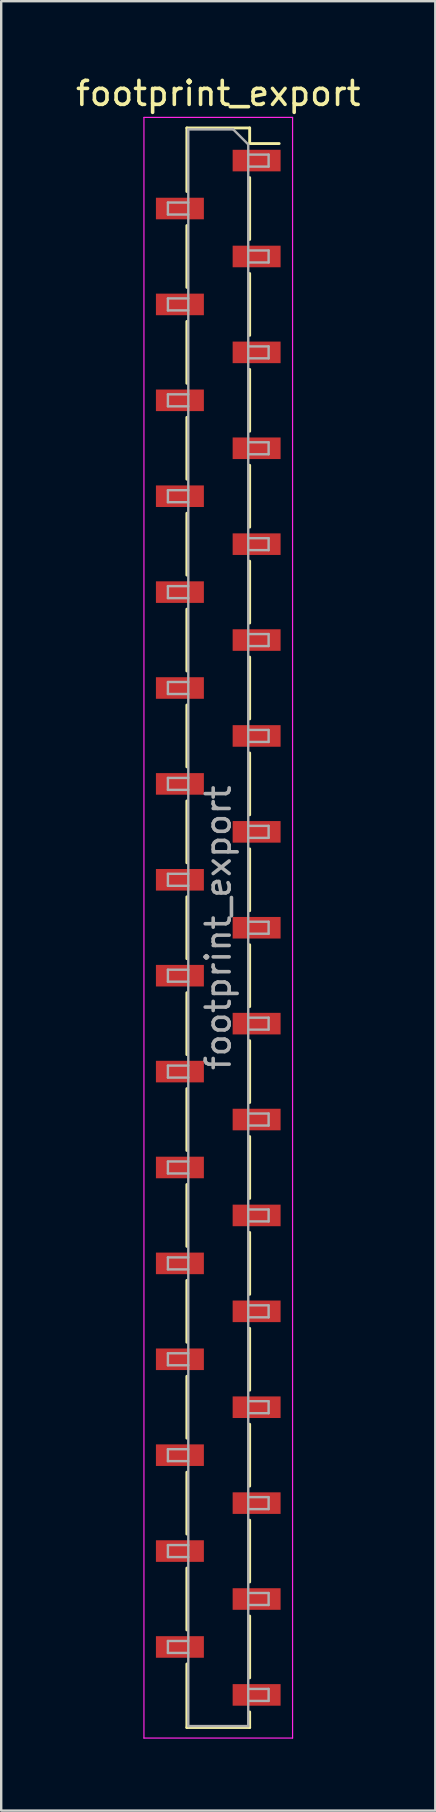
<source format=kicad_pcb>
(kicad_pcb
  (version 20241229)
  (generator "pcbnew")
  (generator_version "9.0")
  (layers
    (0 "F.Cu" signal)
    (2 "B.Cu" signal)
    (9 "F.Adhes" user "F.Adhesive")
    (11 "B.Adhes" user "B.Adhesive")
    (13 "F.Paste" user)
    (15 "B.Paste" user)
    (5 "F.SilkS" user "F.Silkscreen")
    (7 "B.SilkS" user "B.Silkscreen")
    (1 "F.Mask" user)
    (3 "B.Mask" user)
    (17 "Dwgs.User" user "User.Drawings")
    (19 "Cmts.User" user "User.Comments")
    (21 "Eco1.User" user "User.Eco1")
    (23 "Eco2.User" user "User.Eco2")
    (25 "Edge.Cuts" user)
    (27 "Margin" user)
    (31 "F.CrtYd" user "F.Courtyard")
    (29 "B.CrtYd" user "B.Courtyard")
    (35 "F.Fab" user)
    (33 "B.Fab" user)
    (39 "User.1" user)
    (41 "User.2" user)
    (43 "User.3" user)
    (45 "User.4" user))
  (footprint "footprint_export"
    (layer "F.Cu")
    (at 6.054 35.648)
    (property "Reference" "footprint_export" (at 0 -34.8 0) (layer "F.SilkS") (effects (font (size 1 1) (thickness 0.15))))
    (attr smd)
    (fp_line (start -1.31 -33.36) (end -1.31 -30.71) (stroke (width 0.12) (type solid)) (layer "F.SilkS"))
    (fp_line (start -1.31 -33.36) (end 1.31 -33.36) (stroke (width 0.12) (type solid)) (layer "F.SilkS"))
    (fp_line (start -1.31 -29.29) (end -1.31 -26.71) (stroke (width 0.12) (type solid)) (layer "F.SilkS"))
    (fp_line (start -1.31 -25.29) (end -1.31 -22.71) (stroke (width 0.12) (type solid)) (layer "F.SilkS"))
    (fp_line (start -1.31 -21.29) (end -1.31 -18.71) (stroke (width 0.12) (type solid)) (layer "F.SilkS"))
    (fp_line (start -1.31 -17.29) (end -1.31 -14.71) (stroke (width 0.12) (type solid)) (layer "F.SilkS"))
    (fp_line (start -1.31 -13.29) (end -1.31 -10.71) (stroke (width 0.12) (type solid)) (layer "F.SilkS"))
    (fp_line (start -1.31 -9.29) (end -1.31 -6.71) (stroke (width 0.12) (type solid)) (layer "F.SilkS"))
    (fp_line (start -1.31 -5.29) (end -1.31 -2.71) (stroke (width 0.12) (type solid)) (layer "F.SilkS"))
    (fp_line (start -1.31 -1.29) (end -1.31 1.29) (stroke (width 0.12) (type solid)) (layer "F.SilkS"))
    (fp_line (start -1.31 2.71) (end -1.31 5.29) (stroke (width 0.12) (type solid)) (layer "F.SilkS"))
    (fp_line (start -1.31 6.71) (end -1.31 9.29) (stroke (width 0.12) (type solid)) (layer "F.SilkS"))
    (fp_line (start -1.31 10.71) (end -1.31 13.29) (stroke (width 0.12) (type solid)) (layer "F.SilkS"))
    (fp_line (start -1.31 14.71) (end -1.31 17.29) (stroke (width 0.12) (type solid)) (layer "F.SilkS"))
    (fp_line (start -1.31 18.71) (end -1.31 21.29) (stroke (width 0.12) (type solid)) (layer "F.SilkS"))
    (fp_line (start -1.31 22.71) (end -1.31 25.29) (stroke (width 0.12) (type solid)) (layer "F.SilkS"))
    (fp_line (start -1.31 26.71) (end -1.31 29.29) (stroke (width 0.12) (type solid)) (layer "F.SilkS"))
    (fp_line (start -1.31 30.71) (end -1.31 33.36) (stroke (width 0.12) (type solid)) (layer "F.SilkS"))
    (fp_line (start -1.31 33.36) (end 1.31 33.36) (stroke (width 0.12) (type solid)) (layer "F.SilkS"))
    (fp_line (start 1.31 -33.36) (end 1.31 -32.71) (stroke (width 0.12) (type solid)) (layer "F.SilkS"))
    (fp_line (start 1.31 -32.71) (end 2.54 -32.71) (stroke (width 0.12) (type solid)) (layer "F.SilkS"))
    (fp_line (start 1.31 -31.29) (end 1.31 -28.71) (stroke (width 0.12) (type solid)) (layer "F.SilkS"))
    (fp_line (start 1.31 -27.29) (end 1.31 -24.71) (stroke (width 0.12) (type solid)) (layer "F.SilkS"))
    (fp_line (start 1.31 -23.29) (end 1.31 -20.71) (stroke (width 0.12) (type solid)) (layer "F.SilkS"))
    (fp_line (start 1.31 -19.29) (end 1.31 -16.71) (stroke (width 0.12) (type solid)) (layer "F.SilkS"))
    (fp_line (start 1.31 -15.29) (end 1.31 -12.71) (stroke (width 0.12) (type solid)) (layer "F.SilkS"))
    (fp_line (start 1.31 -11.29) (end 1.31 -8.71) (stroke (width 0.12) (type solid)) (layer "F.SilkS"))
    (fp_line (start 1.31 -7.29) (end 1.31 -4.71) (stroke (width 0.12) (type solid)) (layer "F.SilkS"))
    (fp_line (start 1.31 -3.29) (end 1.31 -0.71) (stroke (width 0.12) (type solid)) (layer "F.SilkS"))
    (fp_line (start 1.31 0.71) (end 1.31 3.29) (stroke (width 0.12) (type solid)) (layer "F.SilkS"))
    (fp_line (start 1.31 4.71) (end 1.31 7.29) (stroke (width 0.12) (type solid)) (layer "F.SilkS"))
    (fp_line (start 1.31 8.71) (end 1.31 11.29) (stroke (width 0.12) (type solid)) (layer "F.SilkS"))
    (fp_line (start 1.31 12.71) (end 1.31 15.29) (stroke (width 0.12) (type solid)) (layer "F.SilkS"))
    (fp_line (start 1.31 16.71) (end 1.31 19.29) (stroke (width 0.12) (type solid)) (layer "F.SilkS"))
    (fp_line (start 1.31 20.71) (end 1.31 23.29) (stroke (width 0.12) (type solid)) (layer "F.SilkS"))
    (fp_line (start 1.31 24.71) (end 1.31 27.29) (stroke (width 0.12) (type solid)) (layer "F.SilkS"))
    (fp_line (start 1.31 28.71) (end 1.31 31.29) (stroke (width 0.12) (type solid)) (layer "F.SilkS"))
    (fp_line (start 1.31 32.71) (end 1.31 33.36) (stroke (width 0.12) (type solid)) (layer "F.SilkS"))
    (fp_line (start -3.1 -33.8) (end 3.1 -33.8) (stroke (width 0.05) (type solid)) (layer "F.CrtYd"))
    (fp_line (start -3.1 33.8) (end -3.1 -33.8) (stroke (width 0.05) (type solid)) (layer "F.CrtYd"))
    (fp_line (start 3.1 -33.8) (end 3.1 33.8) (stroke (width 0.05) (type solid)) (layer "F.CrtYd"))
    (fp_line (start 3.1 33.8) (end -3.1 33.8) (stroke (width 0.05) (type solid)) (layer "F.CrtYd"))
    (fp_line (start -2.1 -30.25) (end -1.25 -30.25) (stroke (width 0.1) (type solid)) (layer "F.Fab"))
    (fp_line (start -2.1 -29.75) (end -2.1 -30.25) (stroke (width 0.1) (type solid)) (layer "F.Fab"))
    (fp_line (start -2.1 -26.25) (end -1.25 -26.25) (stroke (width 0.1) (type solid)) (layer "F.Fab"))
    (fp_line (start -2.1 -25.75) (end -2.1 -26.25) (stroke (width 0.1) (type solid)) (layer "F.Fab"))
    (fp_line (start -2.1 -22.25) (end -1.25 -22.25) (stroke (width 0.1) (type solid)) (layer "F.Fab"))
    (fp_line (start -2.1 -21.75) (end -2.1 -22.25) (stroke (width 0.1) (type solid)) (layer "F.Fab"))
    (fp_line (start -2.1 -18.25) (end -1.25 -18.25) (stroke (width 0.1) (type solid)) (layer "F.Fab"))
    (fp_line (start -2.1 -17.75) (end -2.1 -18.25) (stroke (width 0.1) (type solid)) (layer "F.Fab"))
    (fp_line (start -2.1 -14.25) (end -1.25 -14.25) (stroke (width 0.1) (type solid)) (layer "F.Fab"))
    (fp_line (start -2.1 -13.75) (end -2.1 -14.25) (stroke (width 0.1) (type solid)) (layer "F.Fab"))
    (fp_line (start -2.1 -10.25) (end -1.25 -10.25) (stroke (width 0.1) (type solid)) (layer "F.Fab"))
    (fp_line (start -2.1 -9.75) (end -2.1 -10.25) (stroke (width 0.1) (type solid)) (layer "F.Fab"))
    (fp_line (start -2.1 -6.25) (end -1.25 -6.25) (stroke (width 0.1) (type solid)) (layer "F.Fab"))
    (fp_line (start -2.1 -5.75) (end -2.1 -6.25) (stroke (width 0.1) (type solid)) (layer "F.Fab"))
    (fp_line (start -2.1 -2.25) (end -1.25 -2.25) (stroke (width 0.1) (type solid)) (layer "F.Fab"))
    (fp_line (start -2.1 -1.75) (end -2.1 -2.25) (stroke (width 0.1) (type solid)) (layer "F.Fab"))
    (fp_line (start -2.1 1.75) (end -1.25 1.75) (stroke (width 0.1) (type solid)) (layer "F.Fab"))
    (fp_line (start -2.1 2.25) (end -2.1 1.75) (stroke (width 0.1) (type solid)) (layer "F.Fab"))
    (fp_line (start -2.1 5.75) (end -1.25 5.75) (stroke (width 0.1) (type solid)) (layer "F.Fab"))
    (fp_line (start -2.1 6.25) (end -2.1 5.75) (stroke (width 0.1) (type solid)) (layer "F.Fab"))
    (fp_line (start -2.1 9.75) (end -1.25 9.75) (stroke (width 0.1) (type solid)) (layer "F.Fab"))
    (fp_line (start -2.1 10.25) (end -2.1 9.75) (stroke (width 0.1) (type solid)) (layer "F.Fab"))
    (fp_line (start -2.1 13.75) (end -1.25 13.75) (stroke (width 0.1) (type solid)) (layer "F.Fab"))
    (fp_line (start -2.1 14.25) (end -2.1 13.75) (stroke (width 0.1) (type solid)) (layer "F.Fab"))
    (fp_line (start -2.1 17.75) (end -1.25 17.75) (stroke (width 0.1) (type solid)) (layer "F.Fab"))
    (fp_line (start -2.1 18.25) (end -2.1 17.75) (stroke (width 0.1) (type solid)) (layer "F.Fab"))
    (fp_line (start -2.1 21.75) (end -1.25 21.75) (stroke (width 0.1) (type solid)) (layer "F.Fab"))
    (fp_line (start -2.1 22.25) (end -2.1 21.75) (stroke (width 0.1) (type solid)) (layer "F.Fab"))
    (fp_line (start -2.1 25.75) (end -1.25 25.75) (stroke (width 0.1) (type solid)) (layer "F.Fab"))
    (fp_line (start -2.1 26.25) (end -2.1 25.75) (stroke (width 0.1) (type solid)) (layer "F.Fab"))
    (fp_line (start -2.1 29.75) (end -1.25 29.75) (stroke (width 0.1) (type solid)) (layer "F.Fab"))
    (fp_line (start -2.1 30.25) (end -2.1 29.75) (stroke (width 0.1) (type solid)) (layer "F.Fab"))
    (fp_line (start -1.25 -33.3) (end 0.625 -33.3) (stroke (width 0.1) (type solid)) (layer "F.Fab"))
    (fp_line (start -1.25 -29.75) (end -2.1 -29.75) (stroke (width 0.1) (type solid)) (layer "F.Fab"))
    (fp_line (start -1.25 -25.75) (end -2.1 -25.75) (stroke (width 0.1) (type solid)) (layer "F.Fab"))
    (fp_line (start -1.25 -21.75) (end -2.1 -21.75) (stroke (width 0.1) (type solid)) (layer "F.Fab"))
    (fp_line (start -1.25 -17.75) (end -2.1 -17.75) (stroke (width 0.1) (type solid)) (layer "F.Fab"))
    (fp_line (start -1.25 -13.75) (end -2.1 -13.75) (stroke (width 0.1) (type solid)) (layer "F.Fab"))
    (fp_line (start -1.25 -9.75) (end -2.1 -9.75) (stroke (width 0.1) (type solid)) (layer "F.Fab"))
    (fp_line (start -1.25 -5.75) (end -2.1 -5.75) (stroke (width 0.1) (type solid)) (layer "F.Fab"))
    (fp_line (start -1.25 -1.75) (end -2.1 -1.75) (stroke (width 0.1) (type solid)) (layer "F.Fab"))
    (fp_line (start -1.25 2.25) (end -2.1 2.25) (stroke (width 0.1) (type solid)) (layer "F.Fab"))
    (fp_line (start -1.25 6.25) (end -2.1 6.25) (stroke (width 0.1) (type solid)) (layer "F.Fab"))
    (fp_line (start -1.25 10.25) (end -2.1 10.25) (stroke (width 0.1) (type solid)) (layer "F.Fab"))
    (fp_line (start -1.25 14.25) (end -2.1 14.25) (stroke (width 0.1) (type solid)) (layer "F.Fab"))
    (fp_line (start -1.25 18.25) (end -2.1 18.25) (stroke (width 0.1) (type solid)) (layer "F.Fab"))
    (fp_line (start -1.25 22.25) (end -2.1 22.25) (stroke (width 0.1) (type solid)) (layer "F.Fab"))
    (fp_line (start -1.25 26.25) (end -2.1 26.25) (stroke (width 0.1) (type solid)) (layer "F.Fab"))
    (fp_line (start -1.25 30.25) (end -2.1 30.25) (stroke (width 0.1) (type solid)) (layer "F.Fab"))
    (fp_line (start -1.25 33.3) (end -1.25 -33.3) (stroke (width 0.1) (type solid)) (layer "F.Fab"))
    (fp_line (start 0.625 -33.3) (end 1.25 -32.675) (stroke (width 0.1) (type solid)) (layer "F.Fab"))
    (fp_line (start 1.25 -32.675) (end 1.25 33.3) (stroke (width 0.1) (type solid)) (layer "F.Fab"))
    (fp_line (start 1.25 -32.25) (end 2.1 -32.25) (stroke (width 0.1) (type solid)) (layer "F.Fab"))
    (fp_line (start 1.25 -28.25) (end 2.1 -28.25) (stroke (width 0.1) (type solid)) (layer "F.Fab"))
    (fp_line (start 1.25 -24.25) (end 2.1 -24.25) (stroke (width 0.1) (type solid)) (layer "F.Fab"))
    (fp_line (start 1.25 -20.25) (end 2.1 -20.25) (stroke (width 0.1) (type solid)) (layer "F.Fab"))
    (fp_line (start 1.25 -16.25) (end 2.1 -16.25) (stroke (width 0.1) (type solid)) (layer "F.Fab"))
    (fp_line (start 1.25 -12.25) (end 2.1 -12.25) (stroke (width 0.1) (type solid)) (layer "F.Fab"))
    (fp_line (start 1.25 -8.25) (end 2.1 -8.25) (stroke (width 0.1) (type solid)) (layer "F.Fab"))
    (fp_line (start 1.25 -4.25) (end 2.1 -4.25) (stroke (width 0.1) (type solid)) (layer "F.Fab"))
    (fp_line (start 1.25 -0.25) (end 2.1 -0.25) (stroke (width 0.1) (type solid)) (layer "F.Fab"))
    (fp_line (start 1.25 3.75) (end 2.1 3.75) (stroke (width 0.1) (type solid)) (layer "F.Fab"))
    (fp_line (start 1.25 7.75) (end 2.1 7.75) (stroke (width 0.1) (type solid)) (layer "F.Fab"))
    (fp_line (start 1.25 11.75) (end 2.1 11.75) (stroke (width 0.1) (type solid)) (layer "F.Fab"))
    (fp_line (start 1.25 15.75) (end 2.1 15.75) (stroke (width 0.1) (type solid)) (layer "F.Fab"))
    (fp_line (start 1.25 19.75) (end 2.1 19.75) (stroke (width 0.1) (type solid)) (layer "F.Fab"))
    (fp_line (start 1.25 23.75) (end 2.1 23.75) (stroke (width 0.1) (type solid)) (layer "F.Fab"))
    (fp_line (start 1.25 27.75) (end 2.1 27.75) (stroke (width 0.1) (type solid)) (layer "F.Fab"))
    (fp_line (start 1.25 31.75) (end 2.1 31.75) (stroke (width 0.1) (type solid)) (layer "F.Fab"))
    (fp_line (start 1.25 33.3) (end -1.25 33.3) (stroke (width 0.1) (type solid)) (layer "F.Fab"))
    (fp_line (start 2.1 -32.25) (end 2.1 -31.75) (stroke (width 0.1) (type solid)) (layer "F.Fab"))
    (fp_line (start 2.1 -31.75) (end 1.25 -31.75) (stroke (width 0.1) (type solid)) (layer "F.Fab"))
    (fp_line (start 2.1 -28.25) (end 2.1 -27.75) (stroke (width 0.1) (type solid)) (layer "F.Fab"))
    (fp_line (start 2.1 -27.75) (end 1.25 -27.75) (stroke (width 0.1) (type solid)) (layer "F.Fab"))
    (fp_line (start 2.1 -24.25) (end 2.1 -23.75) (stroke (width 0.1) (type solid)) (layer "F.Fab"))
    (fp_line (start 2.1 -23.75) (end 1.25 -23.75) (stroke (width 0.1) (type solid)) (layer "F.Fab"))
    (fp_line (start 2.1 -20.25) (end 2.1 -19.75) (stroke (width 0.1) (type solid)) (layer "F.Fab"))
    (fp_line (start 2.1 -19.75) (end 1.25 -19.75) (stroke (width 0.1) (type solid)) (layer "F.Fab"))
    (fp_line (start 2.1 -16.25) (end 2.1 -15.75) (stroke (width 0.1) (type solid)) (layer "F.Fab"))
    (fp_line (start 2.1 -15.75) (end 1.25 -15.75) (stroke (width 0.1) (type solid)) (layer "F.Fab"))
    (fp_line (start 2.1 -12.25) (end 2.1 -11.75) (stroke (width 0.1) (type solid)) (layer "F.Fab"))
    (fp_line (start 2.1 -11.75) (end 1.25 -11.75) (stroke (width 0.1) (type solid)) (layer "F.Fab"))
    (fp_line (start 2.1 -8.25) (end 2.1 -7.75) (stroke (width 0.1) (type solid)) (layer "F.Fab"))
    (fp_line (start 2.1 -7.75) (end 1.25 -7.75) (stroke (width 0.1) (type solid)) (layer "F.Fab"))
    (fp_line (start 2.1 -4.25) (end 2.1 -3.75) (stroke (width 0.1) (type solid)) (layer "F.Fab"))
    (fp_line (start 2.1 -3.75) (end 1.25 -3.75) (stroke (width 0.1) (type solid)) (layer "F.Fab"))
    (fp_line (start 2.1 -0.25) (end 2.1 0.25) (stroke (width 0.1) (type solid)) (layer "F.Fab"))
    (fp_line (start 2.1 0.25) (end 1.25 0.25) (stroke (width 0.1) (type solid)) (layer "F.Fab"))
    (fp_line (start 2.1 3.75) (end 2.1 4.25) (stroke (width 0.1) (type solid)) (layer "F.Fab"))
    (fp_line (start 2.1 4.25) (end 1.25 4.25) (stroke (width 0.1) (type solid)) (layer "F.Fab"))
    (fp_line (start 2.1 7.75) (end 2.1 8.25) (stroke (width 0.1) (type solid)) (layer "F.Fab"))
    (fp_line (start 2.1 8.25) (end 1.25 8.25) (stroke (width 0.1) (type solid)) (layer "F.Fab"))
    (fp_line (start 2.1 11.75) (end 2.1 12.25) (stroke (width 0.1) (type solid)) (layer "F.Fab"))
    (fp_line (start 2.1 12.25) (end 1.25 12.25) (stroke (width 0.1) (type solid)) (layer "F.Fab"))
    (fp_line (start 2.1 15.75) (end 2.1 16.25) (stroke (width 0.1) (type solid)) (layer "F.Fab"))
    (fp_line (start 2.1 16.25) (end 1.25 16.25) (stroke (width 0.1) (type solid)) (layer "F.Fab"))
    (fp_line (start 2.1 19.75) (end 2.1 20.25) (stroke (width 0.1) (type solid)) (layer "F.Fab"))
    (fp_line (start 2.1 20.25) (end 1.25 20.25) (stroke (width 0.1) (type solid)) (layer "F.Fab"))
    (fp_line (start 2.1 23.75) (end 2.1 24.25) (stroke (width 0.1) (type solid)) (layer "F.Fab"))
    (fp_line (start 2.1 24.25) (end 1.25 24.25) (stroke (width 0.1) (type solid)) (layer "F.Fab"))
    (fp_line (start 2.1 27.75) (end 2.1 28.25) (stroke (width 0.1) (type solid)) (layer "F.Fab"))
    (fp_line (start 2.1 28.25) (end 1.25 28.25) (stroke (width 0.1) (type solid)) (layer "F.Fab"))
    (fp_line (start 2.1 31.75) (end 2.1 32.25) (stroke (width 0.1) (type solid)) (layer "F.Fab"))
    (fp_line (start 2.1 32.25) (end 1.25 32.25) (stroke (width 0.1) (type solid)) (layer "F.Fab"))
    (fp_text user "${REFERENCE}" (at 0 0 90) (layer "F.Fab") (effects (font (size 1 1) (thickness 0.15))))
    (pad "1" smd rect (at 1.6 -32) (size 2 0.9) (layers "F.Cu" "F.Mask" "F.Paste"))
    (pad "2" smd rect (at -1.6 -30) (size 2 0.9) (layers "F.Cu" "F.Mask" "F.Paste"))
    (pad "3" smd rect (at 1.6 -28) (size 2 0.9) (layers "F.Cu" "F.Mask" "F.Paste"))
    (pad "4" smd rect (at -1.6 -26) (size 2 0.9) (layers "F.Cu" "F.Mask" "F.Paste"))
    (pad "5" smd rect (at 1.6 -24) (size 2 0.9) (layers "F.Cu" "F.Mask" "F.Paste"))
    (pad "6" smd rect (at -1.6 -22) (size 2 0.9) (layers "F.Cu" "F.Mask" "F.Paste"))
    (pad "7" smd rect (at 1.6 -20) (size 2 0.9) (layers "F.Cu" "F.Mask" "F.Paste"))
    (pad "8" smd rect (at -1.6 -18) (size 2 0.9) (layers "F.Cu" "F.Mask" "F.Paste"))
    (pad "9" smd rect (at 1.6 -16) (size 2 0.9) (layers "F.Cu" "F.Mask" "F.Paste"))
    (pad "10" smd rect (at -1.6 -14) (size 2 0.9) (layers "F.Cu" "F.Mask" "F.Paste"))
    (pad "11" smd rect (at 1.6 -12) (size 2 0.9) (layers "F.Cu" "F.Mask" "F.Paste"))
    (pad "12" smd rect (at -1.6 -10) (size 2 0.9) (layers "F.Cu" "F.Mask" "F.Paste"))
    (pad "13" smd rect (at 1.6 -8) (size 2 0.9) (layers "F.Cu" "F.Mask" "F.Paste"))
    (pad "14" smd rect (at -1.6 -6) (size 2 0.9) (layers "F.Cu" "F.Mask" "F.Paste"))
    (pad "15" smd rect (at 1.6 -4) (size 2 0.9) (layers "F.Cu" "F.Mask" "F.Paste"))
    (pad "16" smd rect (at -1.6 -2) (size 2 0.9) (layers "F.Cu" "F.Mask" "F.Paste"))
    (pad "17" smd rect (at 1.6 0) (size 2 0.9) (layers "F.Cu" "F.Mask" "F.Paste"))
    (pad "18" smd rect (at -1.6 2) (size 2 0.9) (layers "F.Cu" "F.Mask" "F.Paste"))
    (pad "19" smd rect (at 1.6 4) (size 2 0.9) (layers "F.Cu" "F.Mask" "F.Paste"))
    (pad "20" smd rect (at -1.6 6) (size 2 0.9) (layers "F.Cu" "F.Mask" "F.Paste"))
    (pad "21" smd rect (at 1.6 8) (size 2 0.9) (layers "F.Cu" "F.Mask" "F.Paste"))
    (pad "22" smd rect (at -1.6 10) (size 2 0.9) (layers "F.Cu" "F.Mask" "F.Paste"))
    (pad "23" smd rect (at 1.6 12) (size 2 0.9) (layers "F.Cu" "F.Mask" "F.Paste"))
    (pad "24" smd rect (at -1.6 14) (size 2 0.9) (layers "F.Cu" "F.Mask" "F.Paste"))
    (pad "25" smd rect (at 1.6 16) (size 2 0.9) (layers "F.Cu" "F.Mask" "F.Paste"))
    (pad "26" smd rect (at -1.6 18) (size 2 0.9) (layers "F.Cu" "F.Mask" "F.Paste"))
    (pad "27" smd rect (at 1.6 20) (size 2 0.9) (layers "F.Cu" "F.Mask" "F.Paste"))
    (pad "28" smd rect (at -1.6 22) (size 2 0.9) (layers "F.Cu" "F.Mask" "F.Paste"))
    (pad "29" smd rect (at 1.6 24) (size 2 0.9) (layers "F.Cu" "F.Mask" "F.Paste"))
    (pad "30" smd rect (at -1.6 26) (size 2 0.9) (layers "F.Cu" "F.Mask" "F.Paste"))
    (pad "31" smd rect (at 1.6 28) (size 2 0.9) (layers "F.Cu" "F.Mask" "F.Paste"))
    (pad "32" smd rect (at -1.6 30) (size 2 0.9) (layers "F.Cu" "F.Mask" "F.Paste"))
    (pad "33" smd rect (at 1.6 32) (size 2 0.9) (layers "F.Cu" "F.Mask" "F.Paste")))
  (gr_rect
    (start -3 -3)
    (end 15.107 72.473)
    (stroke (width 0.1) (type default))
    (fill no)
    (layer "Edge.Cuts")))
</source>
